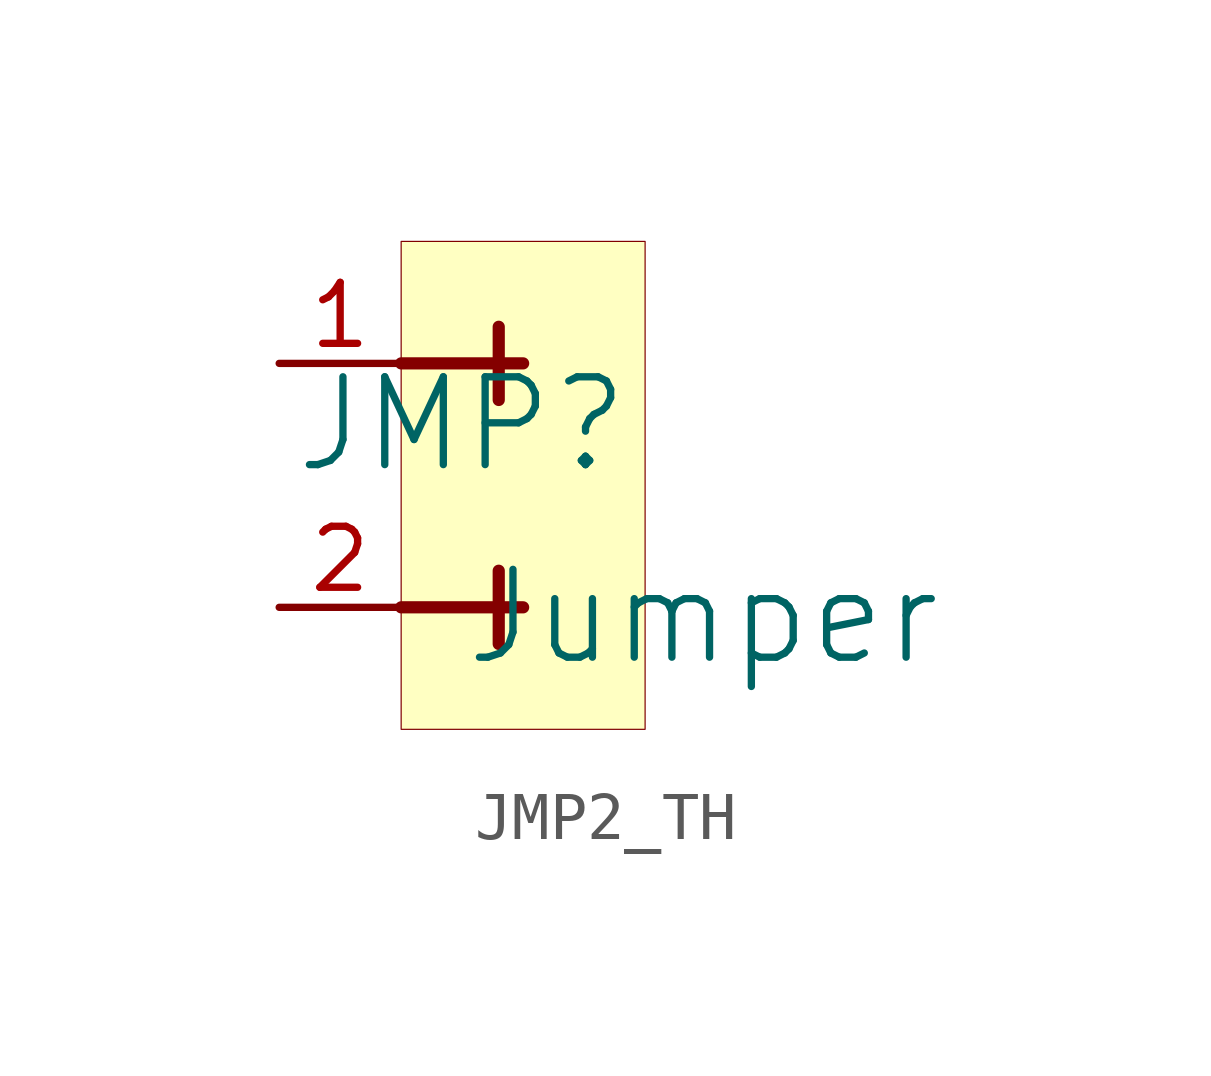
<source format=kicad_sym>
(kicad_symbol_lib
  (version 20231120)
  (generator "kicad_symbol_editor")
  (generator_version "8.0")
  (symbol "JMP2_TH"
    (property "Reference" "JMP"
      (at -1.27 1.27 0)
      (effects (font (size 1.829 1.829))))
    (property "Value" "Jumper"
      (at -1.27 -3.81 0)
      (effects (font (size 1.829 1.829)) (justify left bottom)))
    (symbol "JMP2_TH_1_0"
      (polyline (pts (xy -2.54 -2.54) (xy 0 -2.54)) (stroke (width 0.254) (type solid)) (fill (type none)))
      (polyline (pts (xy -2.54 2.54) (xy 0 2.54)) (stroke (width 0.254) (type solid)) (fill (type none)))
      (polyline (pts (xy -0.508 -1.778) (xy -0.508 -3.302)) (stroke (width 0.254) (type solid)) (fill (type none)))
      (polyline (pts (xy -0.508 3.302) (xy -0.508 1.778)) (stroke (width 0.254) (type solid)) (fill (type none)))
      (rectangle (start 2.54 5.08) (end -2.54 -5.08) (stroke (width 0.025) (type solid) (color 128 0 0 1)) (fill (type background)))
      (pin passive line (at -5.08 2.54 0) (length 2.54) (name "1" (effects (font (size 0 0)))) (number "1" (effects (font (size 1.27 1.27)))))
      (pin passive line (at -5.08 -2.54 0) (length 2.54) (name "2" (effects (font (size 0 0)))) (number "2" (effects (font (size 1.27 1.27))))))))
</source>
